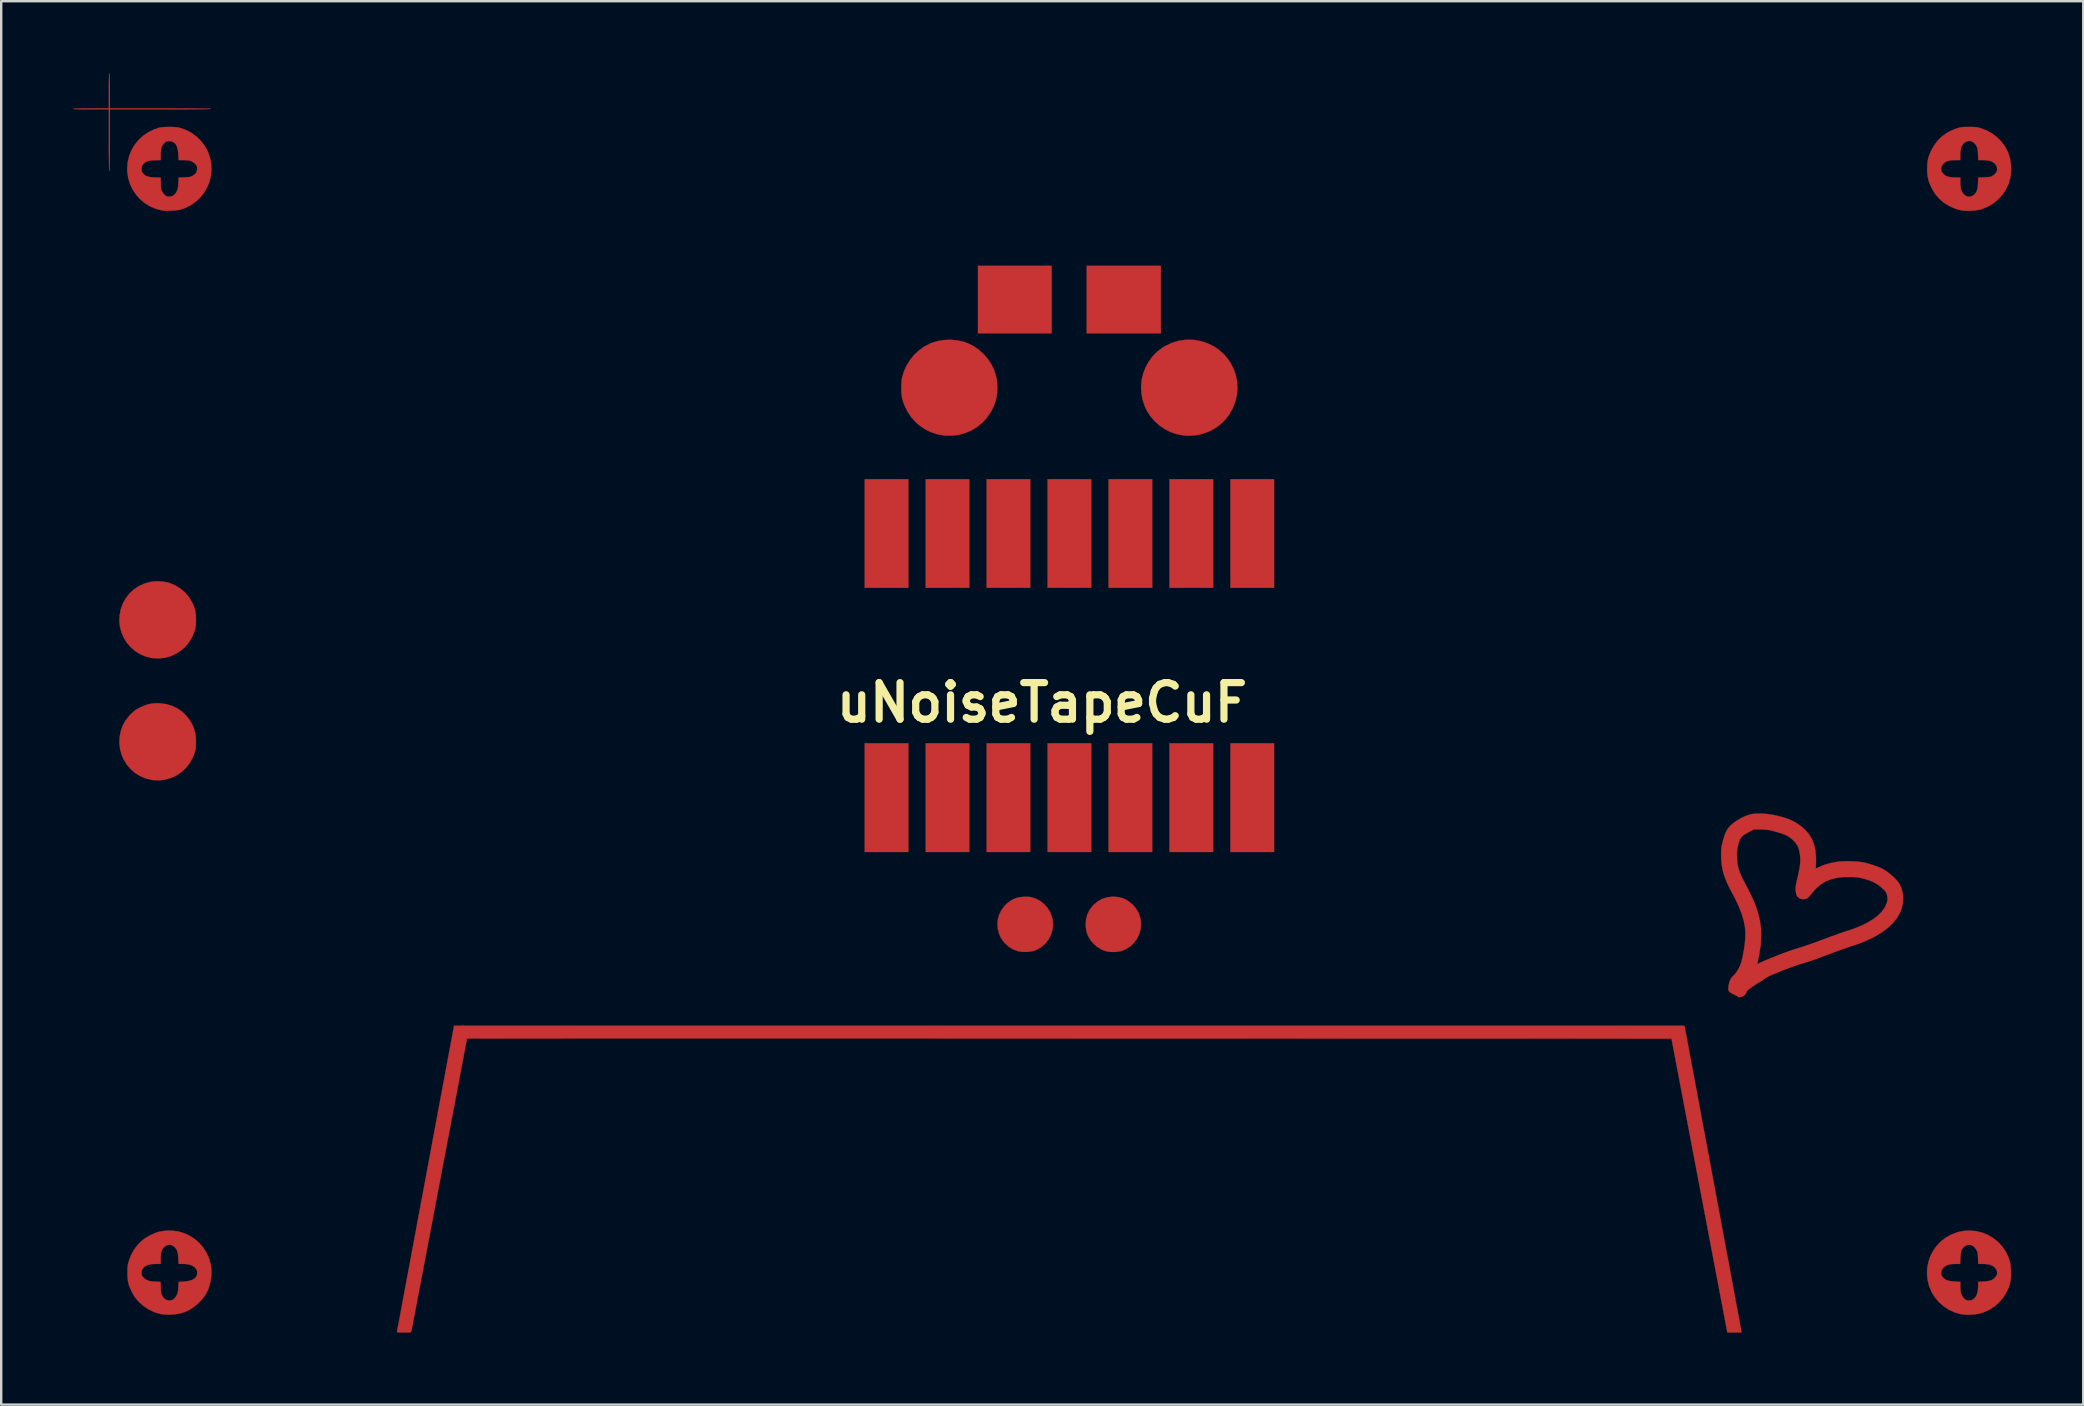
<source format=kicad_pcb>
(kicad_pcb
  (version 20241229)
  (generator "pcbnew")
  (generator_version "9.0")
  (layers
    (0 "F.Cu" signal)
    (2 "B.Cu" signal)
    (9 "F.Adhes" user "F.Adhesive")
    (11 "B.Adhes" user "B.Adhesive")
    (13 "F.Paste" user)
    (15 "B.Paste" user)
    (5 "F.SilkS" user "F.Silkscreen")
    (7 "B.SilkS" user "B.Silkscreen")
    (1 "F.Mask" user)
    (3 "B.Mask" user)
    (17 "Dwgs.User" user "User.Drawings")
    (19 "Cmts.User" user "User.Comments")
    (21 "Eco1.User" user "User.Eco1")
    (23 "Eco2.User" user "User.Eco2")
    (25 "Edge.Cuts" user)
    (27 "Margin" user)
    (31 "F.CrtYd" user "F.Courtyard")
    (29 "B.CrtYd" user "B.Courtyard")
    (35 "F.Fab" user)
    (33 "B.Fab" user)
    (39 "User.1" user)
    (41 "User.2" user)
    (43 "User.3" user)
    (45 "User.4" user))
  (footprint "uNoiseTapeCuF"
    (layer "F.Cu")
    (at 40.37 26.23)
    (property "Reference" "uNoiseTapeCuF" (at 0 0 0) (layer "F.SilkS") (effects (font (size 1.524 1.524) (thickness 0.3))))
    (attr through_hole)
    (fp_poly (pts (xy -5.567 -4.784) (xy -7.387 -4.784) (xy -7.387 -9.313) (xy -5.567 -9.313) (xy -5.567 -4.784)) (stroke (width 0.01) (type solid)) (fill yes) (layer "F.Cu"))
    (fp_poly (pts (xy -5.567 6.223) (xy -7.387 6.223) (xy -7.387 1.693) (xy -5.567 1.693) (xy -5.567 6.223)) (stroke (width 0.01) (type solid)) (fill yes) (layer "F.Cu"))
    (fp_poly (pts (xy -3.027 -4.784) (xy -4.847 -4.784) (xy -4.847 -9.313) (xy -3.027 -9.313) (xy -3.027 -4.784)) (stroke (width 0.01) (type solid)) (fill yes) (layer "F.Cu"))
    (fp_poly (pts (xy -3.027 6.223) (xy -4.847 6.223) (xy -4.847 1.693) (xy -3.027 1.693) (xy -3.027 6.223)) (stroke (width 0.01) (type solid)) (fill yes) (layer "F.Cu"))
    (fp_poly (pts (xy -0.487 -4.784) (xy -2.307 -4.784) (xy -2.307 -9.313) (xy -0.487 -9.313) (xy -0.487 -4.784)) (stroke (width 0.01) (type solid)) (fill yes) (layer "F.Cu"))
    (fp_poly (pts (xy -0.487 6.223) (xy -2.307 6.223) (xy -2.307 1.693) (xy -0.487 1.693) (xy -0.487 6.223)) (stroke (width 0.01) (type solid)) (fill yes) (layer "F.Cu"))
    (fp_poly (pts (xy 0.402 -15.388) (xy -2.667 -15.388) (xy -2.667 -18.203) (xy 0.402 -18.203) (xy 0.402 -15.388)) (stroke (width 0.01) (type solid)) (fill yes) (layer "F.Cu"))
    (fp_poly (pts (xy 2.053 -4.784) (xy 0.233 -4.784) (xy 0.233 -9.313) (xy 2.053 -9.313) (xy 2.053 -4.784)) (stroke (width 0.01) (type solid)) (fill yes) (layer "F.Cu"))
    (fp_poly (pts (xy 2.053 6.223) (xy 0.233 6.223) (xy 0.233 1.693) (xy 2.053 1.693) (xy 2.053 6.223)) (stroke (width 0.01) (type solid)) (fill yes) (layer "F.Cu"))
    (fp_poly (pts (xy 4.593 -4.784) (xy 2.773 -4.784) (xy 2.773 -9.313) (xy 4.593 -9.313) (xy 4.593 -4.784)) (stroke (width 0.01) (type solid)) (fill yes) (layer "F.Cu"))
    (fp_poly (pts (xy 4.593 6.223) (xy 2.773 6.223) (xy 2.773 1.693) (xy 4.593 1.693) (xy 4.593 6.223)) (stroke (width 0.01) (type solid)) (fill yes) (layer "F.Cu"))
    (fp_poly (pts (xy 4.953 -15.388) (xy 1.863 -15.388) (xy 1.863 -18.203) (xy 4.953 -18.203) (xy 4.953 -15.388)) (stroke (width 0.01) (type solid)) (fill yes) (layer "F.Cu"))
    (fp_poly (pts (xy 7.133 -4.784) (xy 5.313 -4.784) (xy 5.313 -9.313) (xy 7.133 -9.313) (xy 7.133 -4.784)) (stroke (width 0.01) (type solid)) (fill yes) (layer "F.Cu"))
    (fp_poly (pts (xy 7.133 6.223) (xy 5.313 6.223) (xy 5.313 1.693) (xy 7.133 1.693) (xy 7.133 6.223)) (stroke (width 0.01) (type solid)) (fill yes) (layer "F.Cu"))
    (fp_poly (pts (xy 9.673 -4.784) (xy 7.853 -4.784) (xy 7.853 -9.313) (xy 9.673 -9.313) (xy 9.673 -4.784)) (stroke (width 0.01) (type solid)) (fill yes) (layer "F.Cu"))
    (fp_poly (pts (xy 9.673 6.223) (xy 7.853 6.223) (xy 7.853 1.693) (xy 9.673 1.693) (xy 9.673 6.223)) (stroke (width 0.01) (type solid)) (fill yes) (layer "F.Cu"))
    (fp_poly (pts (xy 3.191 8.103) (xy 3.388 8.157) (xy 3.571 8.25) (xy 3.742 8.382) (xy 3.792 8.429) (xy 3.934 8.6) (xy 4.038 8.787) (xy 4.102 8.991) (xy 4.127 9.21) (xy 4.128 9.239) (xy 4.107 9.453) (xy 4.049 9.655) (xy 3.957 9.842) (xy 3.833 10.01) (xy 3.682 10.153) (xy 3.507 10.266) (xy 3.312 10.347) (xy 3.267 10.359) (xy 3.145 10.381) (xy 3.003 10.39) (xy 2.857 10.387) (xy 2.726 10.372) (xy 2.673 10.36) (xy 2.474 10.285) (xy 2.292 10.172) (xy 2.158 10.055) (xy 2.016 9.888) (xy 1.914 9.712) (xy 1.85 9.52) (xy 1.822 9.309) (xy 1.82 9.239) (xy 1.838 9.018) (xy 1.893 8.818) (xy 1.985 8.634) (xy 2.117 8.463) (xy 2.157 8.422) (xy 2.326 8.28) (xy 2.51 8.177) (xy 2.71 8.113) (xy 2.928 8.086) (xy 2.974 8.086) (xy 3.191 8.103)) (stroke (width 0.01) (type solid)) (fill yes) (layer "F.Cu"))
    (fp_poly (pts (xy -0.546 8.092) (xy -0.447 8.106) (xy -0.248 8.17) (xy -0.065 8.27) (xy 0.097 8.401) (xy 0.235 8.558) (xy 0.344 8.737) (xy 0.419 8.933) (xy 0.449 9.073) (xy 0.459 9.288) (xy 0.43 9.497) (xy 0.365 9.696) (xy 0.266 9.879) (xy 0.136 10.042) (xy -0.022 10.181) (xy -0.204 10.289) (xy -0.308 10.332) (xy -0.42 10.362) (xy -0.558 10.38) (xy -0.705 10.388) (xy -0.847 10.383) (xy -0.968 10.367) (xy -0.995 10.36) (xy -1.204 10.282) (xy -1.39 10.167) (xy -1.555 10.016) (xy -1.62 9.938) (xy -1.715 9.794) (xy -1.785 9.634) (xy -1.835 9.446) (xy -1.838 9.433) (xy -1.857 9.229) (xy -1.837 9.027) (xy -1.781 8.831) (xy -1.691 8.648) (xy -1.572 8.482) (xy -1.424 8.337) (xy -1.253 8.22) (xy -1.089 8.146) (xy -0.974 8.116) (xy -0.835 8.096) (xy -0.686 8.088) (xy -0.546 8.092)) (stroke (width 0.01) (type solid)) (fill yes) (layer "F.Cu"))
    (fp_poly (pts (xy 6.275 -15.12) (xy 6.353 -15.113) (xy 6.637 -15.062) (xy 6.902 -14.975) (xy 7.146 -14.856) (xy 7.368 -14.708) (xy 7.565 -14.534) (xy 7.737 -14.337) (xy 7.881 -14.12) (xy 7.995 -13.886) (xy 8.079 -13.638) (xy 8.129 -13.381) (xy 8.145 -13.116) (xy 8.125 -12.846) (xy 8.066 -12.576) (xy 7.968 -12.307) (xy 7.937 -12.242) (xy 7.795 -11.995) (xy 7.621 -11.776) (xy 7.42 -11.584) (xy 7.196 -11.423) (xy 6.951 -11.295) (xy 6.689 -11.201) (xy 6.414 -11.143) (xy 6.129 -11.123) (xy 5.899 -11.135) (xy 5.625 -11.186) (xy 5.362 -11.275) (xy 5.114 -11.4) (xy 4.885 -11.557) (xy 4.68 -11.744) (xy 4.503 -11.957) (xy 4.356 -12.194) (xy 4.282 -12.354) (xy 4.192 -12.627) (xy 4.142 -12.903) (xy 4.131 -13.179) (xy 4.156 -13.451) (xy 4.218 -13.715) (xy 4.314 -13.967) (xy 4.443 -14.205) (xy 4.603 -14.423) (xy 4.795 -14.619) (xy 5.015 -14.788) (xy 5.166 -14.878) (xy 5.436 -15.001) (xy 5.709 -15.082) (xy 5.988 -15.121) (xy 6.275 -15.12)) (stroke (width 0.01) (type solid)) (fill yes) (layer "F.Cu"))
    (fp_poly (pts (xy -36.633 -5.045) (xy -36.454 -5.015) (xy -36.361 -4.99) (xy -36.12 -4.89) (xy -35.901 -4.756) (xy -35.708 -4.589) (xy -35.544 -4.393) (xy -35.41 -4.169) (xy -35.366 -4.075) (xy -35.319 -3.952) (xy -35.286 -3.839) (xy -35.266 -3.721) (xy -35.256 -3.586) (xy -35.254 -3.44) (xy -35.256 -3.311) (xy -35.262 -3.212) (xy -35.272 -3.131) (xy -35.29 -3.054) (xy -35.304 -3.006) (xy -35.4 -2.761) (xy -35.529 -2.54) (xy -35.686 -2.346) (xy -35.868 -2.18) (xy -36.072 -2.045) (xy -36.294 -1.942) (xy -36.53 -1.874) (xy -36.778 -1.844) (xy -37.034 -1.853) (xy -37.121 -1.865) (xy -37.364 -1.926) (xy -37.589 -2.023) (xy -37.794 -2.152) (xy -37.976 -2.31) (xy -38.133 -2.494) (xy -38.261 -2.698) (xy -38.357 -2.921) (xy -38.42 -3.158) (xy -38.447 -3.405) (xy -38.437 -3.633) (xy -38.388 -3.891) (xy -38.301 -4.131) (xy -38.18 -4.351) (xy -38.027 -4.546) (xy -37.845 -4.715) (xy -37.636 -4.855) (xy -37.403 -4.962) (xy -37.18 -5.028) (xy -37.013 -5.052) (xy -36.825 -5.057) (xy -36.633 -5.045)) (stroke (width 0.01) (type solid)) (fill yes) (layer "F.Cu"))
    (fp_poly (pts (xy -36.769 0.027) (xy -36.507 0.058) (xy -36.261 0.128) (xy -36.035 0.234) (xy -35.83 0.375) (xy -35.649 0.551) (xy -35.495 0.759) (xy -35.493 0.762) (xy -35.395 0.937) (xy -35.325 1.106) (xy -35.281 1.281) (xy -35.258 1.475) (xy -35.254 1.64) (xy -35.256 1.769) (xy -35.262 1.868) (xy -35.272 1.949) (xy -35.29 2.026) (xy -35.304 2.074) (xy -35.4 2.319) (xy -35.529 2.54) (xy -35.686 2.734) (xy -35.868 2.9) (xy -36.072 3.035) (xy -36.294 3.138) (xy -36.53 3.206) (xy -36.778 3.236) (xy -37.034 3.227) (xy -37.121 3.215) (xy -37.364 3.154) (xy -37.589 3.057) (xy -37.794 2.928) (xy -37.976 2.77) (xy -38.133 2.586) (xy -38.261 2.382) (xy -38.357 2.159) (xy -38.42 1.922) (xy -38.447 1.675) (xy -38.437 1.447) (xy -38.39 1.192) (xy -38.306 0.958) (xy -38.186 0.741) (xy -38.026 0.539) (xy -37.962 0.473) (xy -37.872 0.387) (xy -37.794 0.323) (xy -37.714 0.27) (xy -37.615 0.217) (xy -37.568 0.194) (xy -37.389 0.115) (xy -37.225 0.063) (xy -37.063 0.033) (xy -36.887 0.024) (xy -36.769 0.027)) (stroke (width 0.01) (type solid)) (fill yes) (layer "F.Cu"))
    (fp_poly (pts (xy -3.528 -15.097) (xy -3.254 -15.035) (xy -3.088 -14.976) (xy -2.854 -14.859) (xy -2.633 -14.706) (xy -2.43 -14.523) (xy -2.251 -14.315) (xy -2.102 -14.088) (xy -2.004 -13.885) (xy -1.93 -13.673) (xy -1.883 -13.459) (xy -1.862 -13.228) (xy -1.86 -13.123) (xy -1.871 -12.883) (xy -1.906 -12.665) (xy -1.967 -12.458) (xy -2.005 -12.361) (xy -2.135 -12.104) (xy -2.297 -11.872) (xy -2.487 -11.668) (xy -2.702 -11.492) (xy -2.938 -11.348) (xy -3.191 -11.238) (xy -3.459 -11.163) (xy -3.738 -11.126) (xy -4.024 -11.129) (xy -4.08 -11.134) (xy -4.368 -11.186) (xy -4.641 -11.277) (xy -4.897 -11.407) (xy -5.134 -11.574) (xy -5.267 -11.692) (xy -5.44 -11.885) (xy -5.59 -12.105) (xy -5.712 -12.342) (xy -5.801 -12.586) (xy -5.831 -12.71) (xy -5.853 -12.861) (xy -5.863 -13.036) (xy -5.863 -13.219) (xy -5.852 -13.393) (xy -5.831 -13.537) (xy -5.756 -13.796) (xy -5.645 -14.045) (xy -5.499 -14.279) (xy -5.325 -14.493) (xy -5.124 -14.682) (xy -4.903 -14.841) (xy -4.665 -14.965) (xy -4.637 -14.976) (xy -4.373 -15.062) (xy -4.095 -15.11) (xy -3.811 -15.122) (xy -3.528 -15.097)) (stroke (width 0.01) (type solid)) (fill yes) (layer "F.Cu"))
    (fp_poly (pts (xy -38.856 -26.205) (xy -38.85 -26.142) (xy -38.846 -26.04) (xy -38.843 -25.899) (xy -38.841 -25.72) (xy -38.841 -25.505) (xy -38.841 -25.495) (xy -38.841 -24.765) (xy -36.735 -24.765) (xy -36.341 -24.765) (xy -35.987 -24.764) (xy -35.673 -24.763) (xy -35.401 -24.762) (xy -35.168 -24.76) (xy -34.977 -24.757) (xy -34.828 -24.755) (xy -34.719 -24.752) (xy -34.653 -24.748) (xy -34.629 -24.744) (xy -34.629 -24.744) (xy -34.65 -24.74) (xy -34.713 -24.736) (xy -34.818 -24.733) (xy -34.965 -24.73) (xy -35.153 -24.728) (xy -35.382 -24.726) (xy -35.652 -24.725) (xy -35.962 -24.724) (xy -36.313 -24.723) (xy -36.704 -24.723) (xy -36.735 -24.723) (xy -38.841 -24.723) (xy -38.841 -23.431) (xy -38.841 -23.131) (xy -38.842 -22.869) (xy -38.844 -22.646) (xy -38.846 -22.463) (xy -38.849 -22.321) (xy -38.853 -22.219) (xy -38.857 -22.159) (xy -38.862 -22.14) (xy -38.867 -22.161) (xy -38.871 -22.224) (xy -38.875 -22.329) (xy -38.878 -22.474) (xy -38.88 -22.659) (xy -38.882 -22.884) (xy -38.883 -23.148) (xy -38.883 -23.431) (xy -38.883 -24.723) (xy -39.624 -24.723) (xy -39.843 -24.723) (xy -40.025 -24.725) (xy -40.169 -24.728) (xy -40.275 -24.732) (xy -40.34 -24.737) (xy -40.365 -24.743) (xy -40.365 -24.744) (xy -40.344 -24.75) (xy -40.282 -24.755) (xy -40.179 -24.759) (xy -40.038 -24.762) (xy -39.859 -24.764) (xy -39.644 -24.765) (xy -39.624 -24.765) (xy -38.883 -24.765) (xy -38.883 -25.495) (xy -38.883 -25.712) (xy -38.881 -25.892) (xy -38.878 -26.035) (xy -38.874 -26.139) (xy -38.869 -26.203) (xy -38.862 -26.225) (xy -38.862 -26.226) (xy -38.856 -26.205)) (stroke (width 0.01) (type solid)) (fill yes) (layer "F.Cu"))
    (fp_poly (pts (xy 38.932 22.023) (xy 39.181 22.084) (xy 39.417 22.18) (xy 39.638 22.31) (xy 39.838 22.471) (xy 40.014 22.662) (xy 40.163 22.881) (xy 40.218 22.987) (xy 40.282 23.131) (xy 40.327 23.267) (xy 40.357 23.407) (xy 40.374 23.567) (xy 40.38 23.686) (xy 40.38 23.9) (xy 40.361 24.088) (xy 40.32 24.264) (xy 40.254 24.439) (xy 40.205 24.543) (xy 40.068 24.773) (xy 39.899 24.978) (xy 39.702 25.153) (xy 39.481 25.297) (xy 39.241 25.406) (xy 39.053 25.463) (xy 38.929 25.484) (xy 38.781 25.498) (xy 38.624 25.504) (xy 38.471 25.502) (xy 38.339 25.49) (xy 38.292 25.483) (xy 38.04 25.412) (xy 37.803 25.304) (xy 37.584 25.163) (xy 37.387 24.991) (xy 37.217 24.793) (xy 37.078 24.572) (xy 36.976 24.336) (xy 36.908 24.075) (xy 36.88 23.815) (xy 36.883 23.733) (xy 37.468 23.733) (xy 37.477 23.833) (xy 37.525 23.928) (xy 37.556 23.964) (xy 37.627 24.024) (xy 37.707 24.067) (xy 37.806 24.096) (xy 37.931 24.115) (xy 38.035 24.123) (xy 38.269 24.136) (xy 38.269 24.329) (xy 38.272 24.427) (xy 38.279 24.519) (xy 38.289 24.59) (xy 38.293 24.606) (xy 38.331 24.699) (xy 38.389 24.789) (xy 38.454 24.86) (xy 38.481 24.879) (xy 38.553 24.905) (xy 38.642 24.911) (xy 38.731 24.899) (xy 38.776 24.882) (xy 38.871 24.809) (xy 38.942 24.702) (xy 38.988 24.561) (xy 39.009 24.386) (xy 39.01 24.32) (xy 39.01 24.136) (xy 39.217 24.125) (xy 39.364 24.113) (xy 39.478 24.093) (xy 39.568 24.064) (xy 39.642 24.021) (xy 39.7 23.972) (xy 39.773 23.882) (xy 39.805 23.793) (xy 39.798 23.699) (xy 39.774 23.636) (xy 39.706 23.539) (xy 39.611 23.467) (xy 39.485 23.419) (xy 39.326 23.394) (xy 39.219 23.39) (xy 39.015 23.389) (xy 39.006 23.149) (xy 39.001 23.041) (xy 38.994 22.964) (xy 38.983 22.907) (xy 38.965 22.858) (xy 38.938 22.805) (xy 38.933 22.795) (xy 38.856 22.69) (xy 38.766 22.622) (xy 38.667 22.591) (xy 38.565 22.599) (xy 38.463 22.647) (xy 38.449 22.658) (xy 38.383 22.717) (xy 38.336 22.785) (xy 38.304 22.869) (xy 38.284 22.978) (xy 38.274 23.12) (xy 38.273 23.14) (xy 38.265 23.389) (xy 38.07 23.389) (xy 37.906 23.397) (xy 37.775 23.42) (xy 37.671 23.462) (xy 37.584 23.524) (xy 37.571 23.537) (xy 37.5 23.632) (xy 37.468 23.733) (xy 36.883 23.733) (xy 36.89 23.558) (xy 36.936 23.309) (xy 37.017 23.071) (xy 37.131 22.847) (xy 37.276 22.642) (xy 37.45 22.458) (xy 37.651 22.3) (xy 37.878 22.171) (xy 38.127 22.074) (xy 38.15 22.067) (xy 38.413 22.013) (xy 38.674 21.998) (xy 38.932 22.023)) (stroke (width 0.01) (type solid)) (fill yes) (layer "F.Cu"))
    (fp_poly (pts (xy -36.26 -23.991) (xy -36.112 -23.983) (xy -35.986 -23.967) (xy -35.92 -23.953) (xy -35.663 -23.861) (xy -35.428 -23.735) (xy -35.217 -23.579) (xy -35.033 -23.395) (xy -34.879 -23.188) (xy -34.757 -22.959) (xy -34.67 -22.713) (xy -34.62 -22.453) (xy -34.608 -22.246) (xy -34.628 -21.979) (xy -34.687 -21.722) (xy -34.783 -21.48) (xy -34.912 -21.256) (xy -35.073 -21.053) (xy -35.261 -20.876) (xy -35.476 -20.726) (xy -35.713 -20.609) (xy -35.909 -20.543) (xy -35.983 -20.529) (xy -36.086 -20.516) (xy -36.207 -20.506) (xy -36.334 -20.499) (xy -36.455 -20.496) (xy -36.558 -20.497) (xy -36.629 -20.503) (xy -36.891 -20.566) (xy -37.135 -20.664) (xy -37.359 -20.796) (xy -37.559 -20.957) (xy -37.733 -21.145) (xy -37.879 -21.356) (xy -37.993 -21.587) (xy -38.072 -21.834) (xy -38.114 -22.095) (xy -38.121 -22.246) (xy -38.12 -22.258) (xy -37.527 -22.258) (xy -37.518 -22.159) (xy -37.498 -22.108) (xy -37.433 -22.021) (xy -37.344 -21.957) (xy -37.227 -21.914) (xy -37.077 -21.891) (xy -36.944 -21.886) (xy -36.724 -21.886) (xy -36.724 -21.667) (xy -36.719 -21.518) (xy -36.705 -21.405) (xy -36.692 -21.355) (xy -36.651 -21.273) (xy -36.591 -21.193) (xy -36.525 -21.129) (xy -36.481 -21.101) (xy -36.412 -21.087) (xy -36.325 -21.092) (xy -36.239 -21.113) (xy -36.178 -21.143) (xy -36.132 -21.188) (xy -36.084 -21.255) (xy -36.057 -21.302) (xy -36.031 -21.364) (xy -36.012 -21.427) (xy -36 -21.503) (xy -35.992 -21.606) (xy -35.989 -21.649) (xy -35.977 -21.883) (xy -35.741 -21.89) (xy -35.631 -21.894) (xy -35.552 -21.902) (xy -35.491 -21.914) (xy -35.439 -21.933) (xy -35.401 -21.951) (xy -35.295 -22.023) (xy -35.229 -22.112) (xy -35.201 -22.216) (xy -35.2 -22.241) (xy -35.215 -22.344) (xy -35.263 -22.429) (xy -35.345 -22.502) (xy -35.421 -22.549) (xy -35.498 -22.58) (xy -35.589 -22.598) (xy -35.704 -22.605) (xy -35.772 -22.606) (xy -35.977 -22.606) (xy -35.989 -22.841) (xy -36.008 -23.022) (xy -36.045 -23.166) (xy -36.1 -23.274) (xy -36.175 -23.348) (xy -36.271 -23.389) (xy -36.369 -23.4) (xy -36.441 -23.397) (xy -36.49 -23.384) (xy -36.535 -23.353) (xy -36.574 -23.317) (xy -36.637 -23.244) (xy -36.681 -23.162) (xy -36.708 -23.062) (xy -36.722 -22.937) (xy -36.724 -22.827) (xy -36.724 -22.61) (xy -36.973 -22.602) (xy -37.113 -22.594) (xy -37.221 -22.578) (xy -37.305 -22.551) (xy -37.376 -22.509) (xy -37.442 -22.45) (xy -37.452 -22.44) (xy -37.504 -22.357) (xy -37.527 -22.258) (xy -38.12 -22.258) (xy -38.1 -22.514) (xy -38.041 -22.771) (xy -37.945 -23.013) (xy -37.816 -23.237) (xy -37.655 -23.439) (xy -37.465 -23.617) (xy -37.249 -23.766) (xy -37.009 -23.885) (xy -36.809 -23.953) (xy -36.703 -23.973) (xy -36.568 -23.986) (xy -36.416 -23.992) (xy -36.26 -23.991)) (stroke (width 0.01) (type solid)) (fill yes) (layer "F.Cu"))
    (fp_poly (pts (xy -35.998 22.034) (xy -35.753 22.105) (xy -35.523 22.21) (xy -35.311 22.346) (xy -35.12 22.512) (xy -34.953 22.705) (xy -34.815 22.923) (xy -34.707 23.164) (xy -34.636 23.42) (xy -34.608 23.652) (xy -34.614 23.898) (xy -34.653 24.148) (xy -34.723 24.392) (xy -34.766 24.5) (xy -34.866 24.686) (xy -35.001 24.867) (xy -35.163 25.036) (xy -35.346 25.186) (xy -35.541 25.31) (xy -35.709 25.39) (xy -35.907 25.451) (xy -36.128 25.49) (xy -36.357 25.506) (xy -36.58 25.498) (xy -36.749 25.472) (xy -36.987 25.4) (xy -37.217 25.291) (xy -37.432 25.149) (xy -37.611 24.991) (xy -37.717 24.877) (xy -37.801 24.771) (xy -37.873 24.656) (xy -37.945 24.518) (xy -37.953 24.5) (xy -38.014 24.363) (xy -38.057 24.241) (xy -38.085 24.122) (xy -38.102 23.992) (xy -38.108 23.839) (xy -38.109 23.784) (xy -37.53 23.784) (xy -37.5 23.88) (xy -37.434 23.968) (xy -37.333 24.042) (xy -37.314 24.052) (xy -37.253 24.08) (xy -37.193 24.099) (xy -37.122 24.111) (xy -37.029 24.12) (xy -36.962 24.124) (xy -36.728 24.136) (xy -36.721 24.382) (xy -36.717 24.491) (xy -36.711 24.569) (xy -36.701 24.625) (xy -36.685 24.671) (xy -36.661 24.717) (xy -36.656 24.726) (xy -36.608 24.792) (xy -36.554 24.849) (xy -36.529 24.868) (xy -36.434 24.906) (xy -36.327 24.911) (xy -36.226 24.884) (xy -36.193 24.866) (xy -36.135 24.811) (xy -36.078 24.73) (xy -36.06 24.697) (xy -36.031 24.632) (xy -36.012 24.57) (xy -35.999 24.496) (xy -35.991 24.399) (xy -35.989 24.356) (xy -35.978 24.136) (xy -35.76 24.124) (xy -35.576 24.102) (xy -35.428 24.062) (xy -35.317 24.001) (xy -35.242 23.919) (xy -35.206 23.834) (xy -35.198 23.725) (xy -35.231 23.623) (xy -35.304 23.531) (xy -35.307 23.528) (xy -35.409 23.459) (xy -35.536 23.415) (xy -35.694 23.392) (xy -35.794 23.389) (xy -35.977 23.389) (xy -35.989 23.158) (xy -36.002 23.008) (xy -36.024 22.892) (xy -36.058 22.801) (xy -36.108 22.727) (xy -36.16 22.675) (xy -36.259 22.609) (xy -36.358 22.585) (xy -36.456 22.604) (xy -36.552 22.665) (xy -36.587 22.699) (xy -36.644 22.767) (xy -36.684 22.841) (xy -36.708 22.93) (xy -36.721 23.043) (xy -36.724 23.175) (xy -36.724 23.389) (xy -36.922 23.389) (xy -37.09 23.397) (xy -37.226 23.423) (xy -37.336 23.468) (xy -37.392 23.505) (xy -37.476 23.591) (xy -37.522 23.686) (xy -37.53 23.784) (xy -38.109 23.784) (xy -38.109 23.76) (xy -38.108 23.627) (xy -38.104 23.525) (xy -38.094 23.441) (xy -38.08 23.364) (xy -38.061 23.294) (xy -37.966 23.034) (xy -37.837 22.796) (xy -37.675 22.583) (xy -37.497 22.409) (xy -37.378 22.321) (xy -37.235 22.235) (xy -37.081 22.155) (xy -36.929 22.09) (xy -36.794 22.047) (xy -36.788 22.046) (xy -36.519 22.002) (xy -36.255 21.999) (xy -35.998 22.034)) (stroke (width 0.01) (type solid)) (fill yes) (layer "F.Cu"))
    (fp_poly (pts (xy 38.752 -23.991) (xy 38.853 -23.988) (xy 38.934 -23.981) (xy 39.005 -23.969) (xy 39.077 -23.951) (xy 39.104 -23.944) (xy 39.352 -23.851) (xy 39.583 -23.724) (xy 39.793 -23.567) (xy 39.977 -23.383) (xy 40.131 -23.176) (xy 40.25 -22.95) (xy 40.279 -22.878) (xy 40.34 -22.668) (xy 40.376 -22.437) (xy 40.386 -22.2) (xy 40.37 -21.971) (xy 40.353 -21.875) (xy 40.28 -21.621) (xy 40.169 -21.384) (xy 40.025 -21.167) (xy 39.85 -20.974) (xy 39.648 -20.808) (xy 39.421 -20.672) (xy 39.173 -20.57) (xy 39.112 -20.551) (xy 39.009 -20.529) (xy 38.878 -20.512) (xy 38.732 -20.501) (xy 38.585 -20.496) (xy 38.451 -20.498) (xy 38.342 -20.508) (xy 38.328 -20.51) (xy 38.096 -20.57) (xy 37.866 -20.665) (xy 37.65 -20.788) (xy 37.551 -20.859) (xy 37.384 -21.005) (xy 37.242 -21.169) (xy 37.119 -21.359) (xy 37.04 -21.515) (xy 36.974 -21.669) (xy 36.929 -21.813) (xy 36.901 -21.96) (xy 36.888 -22.126) (xy 36.886 -22.237) (xy 37.468 -22.237) (xy 37.491 -22.137) (xy 37.555 -22.042) (xy 37.617 -21.986) (xy 37.689 -21.942) (xy 37.774 -21.912) (xy 37.879 -21.894) (xy 38.015 -21.887) (xy 38.063 -21.886) (xy 38.269 -21.886) (xy 38.269 -21.68) (xy 38.273 -21.542) (xy 38.285 -21.436) (xy 38.307 -21.351) (xy 38.342 -21.278) (xy 38.36 -21.249) (xy 38.443 -21.157) (xy 38.538 -21.1) (xy 38.639 -21.082) (xy 38.742 -21.104) (xy 38.813 -21.143) (xy 38.886 -21.208) (xy 38.939 -21.288) (xy 38.975 -21.389) (xy 38.997 -21.518) (xy 39.006 -21.646) (xy 39.015 -21.882) (xy 39.261 -21.89) (xy 39.385 -21.896) (xy 39.475 -21.906) (xy 39.54 -21.92) (xy 39.582 -21.937) (xy 39.694 -22.013) (xy 39.768 -22.1) (xy 39.802 -22.198) (xy 39.795 -22.304) (xy 39.783 -22.345) (xy 39.726 -22.444) (xy 39.639 -22.519) (xy 39.522 -22.57) (xy 39.371 -22.599) (xy 39.221 -22.606) (xy 39.015 -22.606) (xy 39.006 -22.844) (xy 39 -22.959) (xy 38.991 -23.044) (xy 38.977 -23.109) (xy 38.957 -23.165) (xy 38.947 -23.185) (xy 38.876 -23.293) (xy 38.789 -23.366) (xy 38.692 -23.403) (xy 38.591 -23.405) (xy 38.492 -23.369) (xy 38.402 -23.296) (xy 38.36 -23.243) (xy 38.319 -23.171) (xy 38.292 -23.093) (xy 38.277 -22.996) (xy 38.27 -22.872) (xy 38.269 -22.812) (xy 38.269 -22.606) (xy 38.063 -22.606) (xy 37.925 -22.602) (xy 37.819 -22.59) (xy 37.734 -22.568) (xy 37.661 -22.533) (xy 37.632 -22.515) (xy 37.538 -22.432) (xy 37.483 -22.337) (xy 37.468 -22.237) (xy 36.886 -22.237) (xy 36.886 -22.246) (xy 36.892 -22.43) (xy 36.91 -22.588) (xy 36.943 -22.732) (xy 36.996 -22.878) (xy 37.04 -22.978) (xy 37.176 -23.223) (xy 37.337 -23.436) (xy 37.526 -23.616) (xy 37.743 -23.765) (xy 37.989 -23.883) (xy 38.121 -23.931) (xy 38.197 -23.954) (xy 38.263 -23.97) (xy 38.33 -23.981) (xy 38.41 -23.987) (xy 38.512 -23.99) (xy 38.619 -23.991) (xy 38.752 -23.991)) (stroke (width 0.01) (type solid)) (fill yes) (layer "F.Cu"))
    (fp_poly (pts (xy 26.784 13.52) (xy 26.79 13.549) (xy 26.803 13.618) (xy 26.823 13.724) (xy 26.849 13.866) (xy 26.882 14.041) (xy 26.921 14.248) (xy 26.965 14.485) (xy 27.014 14.749) (xy 27.068 15.039) (xy 27.127 15.353) (xy 27.19 15.689) (xy 27.256 16.044) (xy 27.325 16.418) (xy 27.398 16.807) (xy 27.473 17.21) (xy 27.55 17.625) (xy 27.63 18.05) (xy 27.71 18.483) (xy 27.792 18.922) (xy 27.875 19.366) (xy 27.958 19.811) (xy 28.04 20.256) (xy 28.123 20.7) (xy 28.205 21.139) (xy 28.286 21.573) (xy 28.365 21.999) (xy 28.443 22.416) (xy 28.518 22.821) (xy 28.591 23.212) (xy 28.66 23.587) (xy 28.727 23.945) (xy 28.79 24.283) (xy 28.849 24.6) (xy 28.903 24.893) (xy 28.953 25.16) (xy 28.998 25.401) (xy 29.037 25.611) (xy 29.07 25.791) (xy 29.097 25.937) (xy 29.118 26.047) (xy 29.131 26.121) (xy 29.137 26.155) (xy 29.138 26.157) (xy 29.152 26.247) (xy 28.559 26.247) (xy 28.502 25.945) (xy 28.493 25.899) (xy 28.477 25.813) (xy 28.454 25.689) (xy 28.423 25.528) (xy 28.386 25.334) (xy 28.343 25.106) (xy 28.294 24.848) (xy 28.239 24.56) (xy 28.18 24.245) (xy 28.115 23.905) (xy 28.046 23.541) (xy 27.972 23.155) (xy 27.895 22.748) (xy 27.814 22.323) (xy 27.731 21.882) (xy 27.644 21.425) (xy 27.555 20.956) (xy 27.463 20.475) (xy 27.37 19.985) (xy 27.339 19.823) (xy 26.233 14.002) (xy 1.136 13.996) (xy 0.106 13.996) (xy -0.914 13.996) (xy -1.923 13.996) (xy -2.92 13.996) (xy -3.904 13.996) (xy -4.875 13.995) (xy -5.831 13.995) (xy -6.773 13.995) (xy -7.698 13.995) (xy -8.607 13.995) (xy -9.497 13.995) (xy -10.37 13.995) (xy -11.223 13.995) (xy -12.056 13.995) (xy -12.868 13.995) (xy -13.658 13.995) (xy -14.426 13.995) (xy -15.17 13.995) (xy -15.891 13.995) (xy -16.586 13.995) (xy -17.255 13.995) (xy -17.897 13.995) (xy -18.512 13.995) (xy -19.099 13.995) (xy -19.657 13.995) (xy -20.184 13.996) (xy -20.681 13.996) (xy -21.146 13.996) (xy -21.579 13.996) (xy -21.978 13.996) (xy -22.343 13.996) (xy -22.674 13.997) (xy -22.968 13.997) (xy -23.226 13.997) (xy -23.447 13.997) (xy -23.629 13.998) (xy -23.773 13.998) (xy -23.876 13.998) (xy -23.939 13.999) (xy -23.961 13.999) (xy -23.961 13.999) (xy -23.965 14.02) (xy -23.976 14.081) (xy -23.995 14.18) (xy -24.02 14.314) (xy -24.052 14.482) (xy -24.089 14.681) (xy -24.133 14.911) (xy -24.182 15.168) (xy -24.235 15.45) (xy -24.293 15.756) (xy -24.355 16.085) (xy -24.421 16.432) (xy -24.491 16.798) (xy -24.563 17.179) (xy -24.638 17.574) (xy -24.716 17.981) (xy -24.795 18.398) (xy -24.875 18.823) (xy -24.957 19.253) (xy -25.04 19.687) (xy -25.122 20.123) (xy -25.205 20.559) (xy -25.288 20.993) (xy -25.369 21.423) (xy -25.45 21.847) (xy -25.529 22.263) (xy -25.606 22.668) (xy -25.681 23.062) (xy -25.753 23.442) (xy -25.822 23.805) (xy -25.888 24.151) (xy -25.95 24.477) (xy -26.008 24.781) (xy -26.061 25.06) (xy -26.109 25.314) (xy -26.152 25.54) (xy -26.19 25.736) (xy -26.221 25.901) (xy -26.246 26.031) (xy -26.264 26.126) (xy -26.275 26.182) (xy -26.279 26.199) (xy -26.285 26.218) (xy -26.297 26.231) (xy -26.322 26.239) (xy -26.366 26.244) (xy -26.437 26.246) (xy -26.541 26.247) (xy -26.588 26.247) (xy -26.706 26.246) (xy -26.788 26.245) (xy -26.84 26.241) (xy -26.868 26.234) (xy -26.878 26.224) (xy -26.878 26.21) (xy -26.873 26.186) (xy -26.861 26.123) (xy -26.842 26.021) (xy -26.816 25.882) (xy -26.783 25.708) (xy -26.744 25.5) (xy -26.7 25.261) (xy -26.649 24.991) (xy -26.593 24.692) (xy -26.533 24.366) (xy -26.467 24.015) (xy -26.397 23.64) (xy -26.323 23.242) (xy -26.245 22.824) (xy -26.163 22.386) (xy -26.078 21.931) (xy -25.991 21.46) (xy -25.9 20.975) (xy -25.807 20.477) (xy -25.712 19.968) (xy -25.684 19.817) (xy -24.5 13.462) (xy 1.136 13.462) (xy 26.772 13.462) (xy 26.784 13.52)) (stroke (width 0.01) (type solid)) (fill yes) (layer "F.Cu"))
    (fp_poly (pts (xy 30.194 4.636) (xy 30.438 4.67) (xy 30.682 4.721) (xy 30.919 4.786) (xy 31.139 4.864) (xy 31.333 4.954) (xy 31.38 4.98) (xy 31.611 5.132) (xy 31.806 5.3) (xy 31.964 5.486) (xy 32.087 5.692) (xy 32.175 5.921) (xy 32.231 6.173) (xy 32.255 6.452) (xy 32.254 6.637) (xy 32.244 6.918) (xy 32.344 6.868) (xy 32.599 6.759) (xy 32.88 6.678) (xy 33.192 6.624) (xy 33.199 6.624) (xy 33.334 6.612) (xy 33.497 6.608) (xy 33.673 6.609) (xy 33.852 6.616) (xy 34.02 6.628) (xy 34.166 6.645) (xy 34.237 6.657) (xy 34.357 6.685) (xy 34.495 6.724) (xy 34.639 6.77) (xy 34.779 6.819) (xy 34.904 6.867) (xy 35.003 6.912) (xy 35.031 6.926) (xy 35.18 7.019) (xy 35.328 7.129) (xy 35.468 7.248) (xy 35.591 7.37) (xy 35.689 7.487) (xy 35.734 7.556) (xy 35.82 7.746) (xy 35.871 7.953) (xy 35.886 8.171) (xy 35.867 8.392) (xy 35.812 8.611) (xy 35.735 8.794) (xy 35.607 9.004) (xy 35.44 9.206) (xy 35.234 9.397) (xy 34.993 9.576) (xy 34.718 9.743) (xy 34.412 9.895) (xy 34.075 10.031) (xy 33.846 10.109) (xy 33.75 10.14) (xy 33.657 10.17) (xy 33.563 10.202) (xy 33.464 10.237) (xy 33.354 10.276) (xy 33.23 10.321) (xy 33.086 10.373) (xy 32.919 10.435) (xy 32.724 10.508) (xy 32.497 10.594) (xy 32.347 10.65) (xy 32.202 10.703) (xy 32.047 10.757) (xy 31.896 10.806) (xy 31.76 10.848) (xy 31.68 10.871) (xy 31.576 10.901) (xy 31.441 10.946) (xy 31.283 11.001) (xy 31.11 11.065) (xy 30.93 11.133) (xy 30.819 11.177) (xy 30.635 11.251) (xy 30.487 11.313) (xy 30.369 11.364) (xy 30.276 11.408) (xy 30.203 11.446) (xy 30.146 11.481) (xy 30.11 11.506) (xy 30.035 11.561) (xy 29.96 11.61) (xy 29.904 11.644) (xy 29.852 11.674) (xy 29.777 11.722) (xy 29.688 11.781) (xy 29.597 11.843) (xy 29.512 11.903) (xy 29.446 11.952) (xy 29.414 11.977) (xy 29.38 12.02) (xy 29.348 12.08) (xy 29.343 12.092) (xy 29.306 12.156) (xy 29.256 12.21) (xy 29.249 12.216) (xy 29.192 12.245) (xy 29.126 12.266) (xy 29.065 12.274) (xy 29.021 12.268) (xy 29.011 12.26) (xy 28.988 12.241) (xy 28.934 12.21) (xy 28.861 12.172) (xy 28.817 12.15) (xy 28.717 12.099) (xy 28.651 12.055) (xy 28.614 12.007) (xy 28.599 11.946) (xy 28.603 11.863) (xy 28.613 11.786) (xy 28.648 11.629) (xy 28.704 11.504) (xy 28.786 11.403) (xy 28.823 11.37) (xy 28.884 11.307) (xy 28.951 11.213) (xy 29.018 11.101) (xy 29.078 10.98) (xy 29.126 10.861) (xy 29.148 10.791) (xy 29.211 10.521) (xy 29.26 10.253) (xy 29.293 9.995) (xy 29.311 9.754) (xy 29.312 9.537) (xy 29.296 9.359) (xy 29.241 9.081) (xy 29.154 8.791) (xy 29.035 8.485) (xy 28.882 8.161) (xy 28.787 7.98) (xy 28.657 7.736) (xy 28.552 7.518) (xy 28.468 7.318) (xy 28.404 7.13) (xy 28.358 6.946) (xy 28.326 6.759) (xy 28.308 6.56) (xy 28.3 6.344) (xy 28.3 6.316) (xy 28.956 6.316) (xy 28.961 6.472) (xy 28.977 6.657) (xy 28.996 6.792) (xy 29.028 6.923) (xy 29.073 7.06) (xy 29.137 7.209) (xy 29.221 7.382) (xy 29.255 7.447) (xy 29.368 7.663) (xy 29.463 7.848) (xy 29.543 8.008) (xy 29.609 8.148) (xy 29.666 8.275) (xy 29.714 8.394) (xy 29.757 8.511) (xy 29.798 8.633) (xy 29.838 8.764) (xy 29.844 8.784) (xy 29.919 9.094) (xy 29.961 9.415) (xy 29.97 9.749) (xy 29.947 10.103) (xy 29.891 10.478) (xy 29.875 10.562) (xy 29.853 10.666) (xy 29.834 10.758) (xy 29.819 10.828) (xy 29.81 10.866) (xy 29.81 10.867) (xy 29.806 10.889) (xy 29.819 10.892) (xy 29.855 10.874) (xy 29.89 10.854) (xy 29.933 10.832) (xy 30.01 10.798) (xy 30.114 10.753) (xy 30.24 10.699) (xy 30.382 10.641) (xy 30.533 10.58) (xy 30.565 10.567) (xy 30.756 10.492) (xy 30.949 10.42) (xy 31.133 10.353) (xy 31.301 10.296) (xy 31.442 10.251) (xy 31.49 10.237) (xy 31.595 10.206) (xy 31.732 10.161) (xy 31.892 10.107) (xy 32.068 10.045) (xy 32.252 9.979) (xy 32.436 9.911) (xy 32.527 9.877) (xy 32.707 9.81) (xy 32.889 9.743) (xy 33.068 9.679) (xy 33.234 9.62) (xy 33.38 9.57) (xy 33.498 9.53) (xy 33.546 9.515) (xy 33.862 9.408) (xy 34.151 9.289) (xy 34.411 9.16) (xy 34.638 9.02) (xy 34.831 8.873) (xy 34.987 8.72) (xy 35.105 8.562) (xy 35.148 8.482) (xy 35.204 8.348) (xy 35.232 8.234) (xy 35.235 8.126) (xy 35.213 8.014) (xy 35.211 8.01) (xy 35.185 7.933) (xy 35.149 7.871) (xy 35.093 7.807) (xy 35.057 7.772) (xy 34.924 7.655) (xy 34.792 7.559) (xy 34.649 7.48) (xy 34.485 7.411) (xy 34.293 7.349) (xy 34.237 7.333) (xy 34.139 7.308) (xy 34.039 7.29) (xy 33.926 7.278) (xy 33.787 7.269) (xy 33.728 7.267) (xy 33.422 7.268) (xy 33.147 7.296) (xy 32.898 7.354) (xy 32.673 7.443) (xy 32.47 7.563) (xy 32.284 7.716) (xy 32.113 7.903) (xy 32.078 7.948) (xy 32.016 8.024) (xy 31.956 8.091) (xy 31.906 8.139) (xy 31.887 8.153) (xy 31.806 8.182) (xy 31.71 8.19) (xy 31.618 8.175) (xy 31.585 8.162) (xy 31.51 8.113) (xy 31.46 8.054) (xy 31.429 7.974) (xy 31.41 7.862) (xy 31.41 7.859) (xy 31.404 7.795) (xy 31.403 7.737) (xy 31.407 7.676) (xy 31.417 7.605) (xy 31.435 7.513) (xy 31.462 7.393) (xy 31.475 7.334) (xy 31.516 7.153) (xy 31.547 7.006) (xy 31.57 6.885) (xy 31.586 6.784) (xy 31.595 6.694) (xy 31.6 6.609) (xy 31.601 6.53) (xy 31.592 6.375) (xy 31.567 6.215) (xy 31.529 6.068) (xy 31.513 6.022) (xy 31.454 5.911) (xy 31.363 5.797) (xy 31.25 5.687) (xy 31.122 5.59) (xy 31.02 5.53) (xy 30.951 5.5) (xy 30.851 5.464) (xy 30.731 5.424) (xy 30.599 5.385) (xy 30.467 5.348) (xy 30.353 5.32) (xy 30.209 5.296) (xy 30.03 5.284) (xy 29.93 5.282) (xy 29.665 5.281) (xy 29.45 5.395) (xy 29.323 5.465) (xy 29.227 5.527) (xy 29.157 5.589) (xy 29.106 5.66) (xy 29.066 5.746) (xy 29.03 5.856) (xy 29.019 5.897) (xy 28.985 6.04) (xy 28.964 6.176) (xy 28.956 6.316) (xy 28.3 6.316) (xy 28.3 6.282) (xy 28.302 6.176) (xy 28.309 6.084) (xy 28.322 5.99) (xy 28.345 5.883) (xy 28.374 5.767) (xy 28.423 5.591) (xy 28.473 5.449) (xy 28.529 5.332) (xy 28.595 5.232) (xy 28.675 5.138) (xy 28.698 5.115) (xy 28.824 5.006) (xy 28.979 4.9) (xy 29.149 4.803) (xy 29.322 4.722) (xy 29.486 4.665) (xy 29.555 4.648) (xy 29.744 4.623) (xy 29.96 4.62) (xy 30.194 4.636)) (stroke (width 0.01) (type solid)) (fill yes) (layer "F.Cu")))
  (gr_rect
    (start -3 -3)
    (end 83.761 55.482)
    (stroke (width 0.1) (type default))
    (fill no)
    (layer "Edge.Cuts")))
</source>
